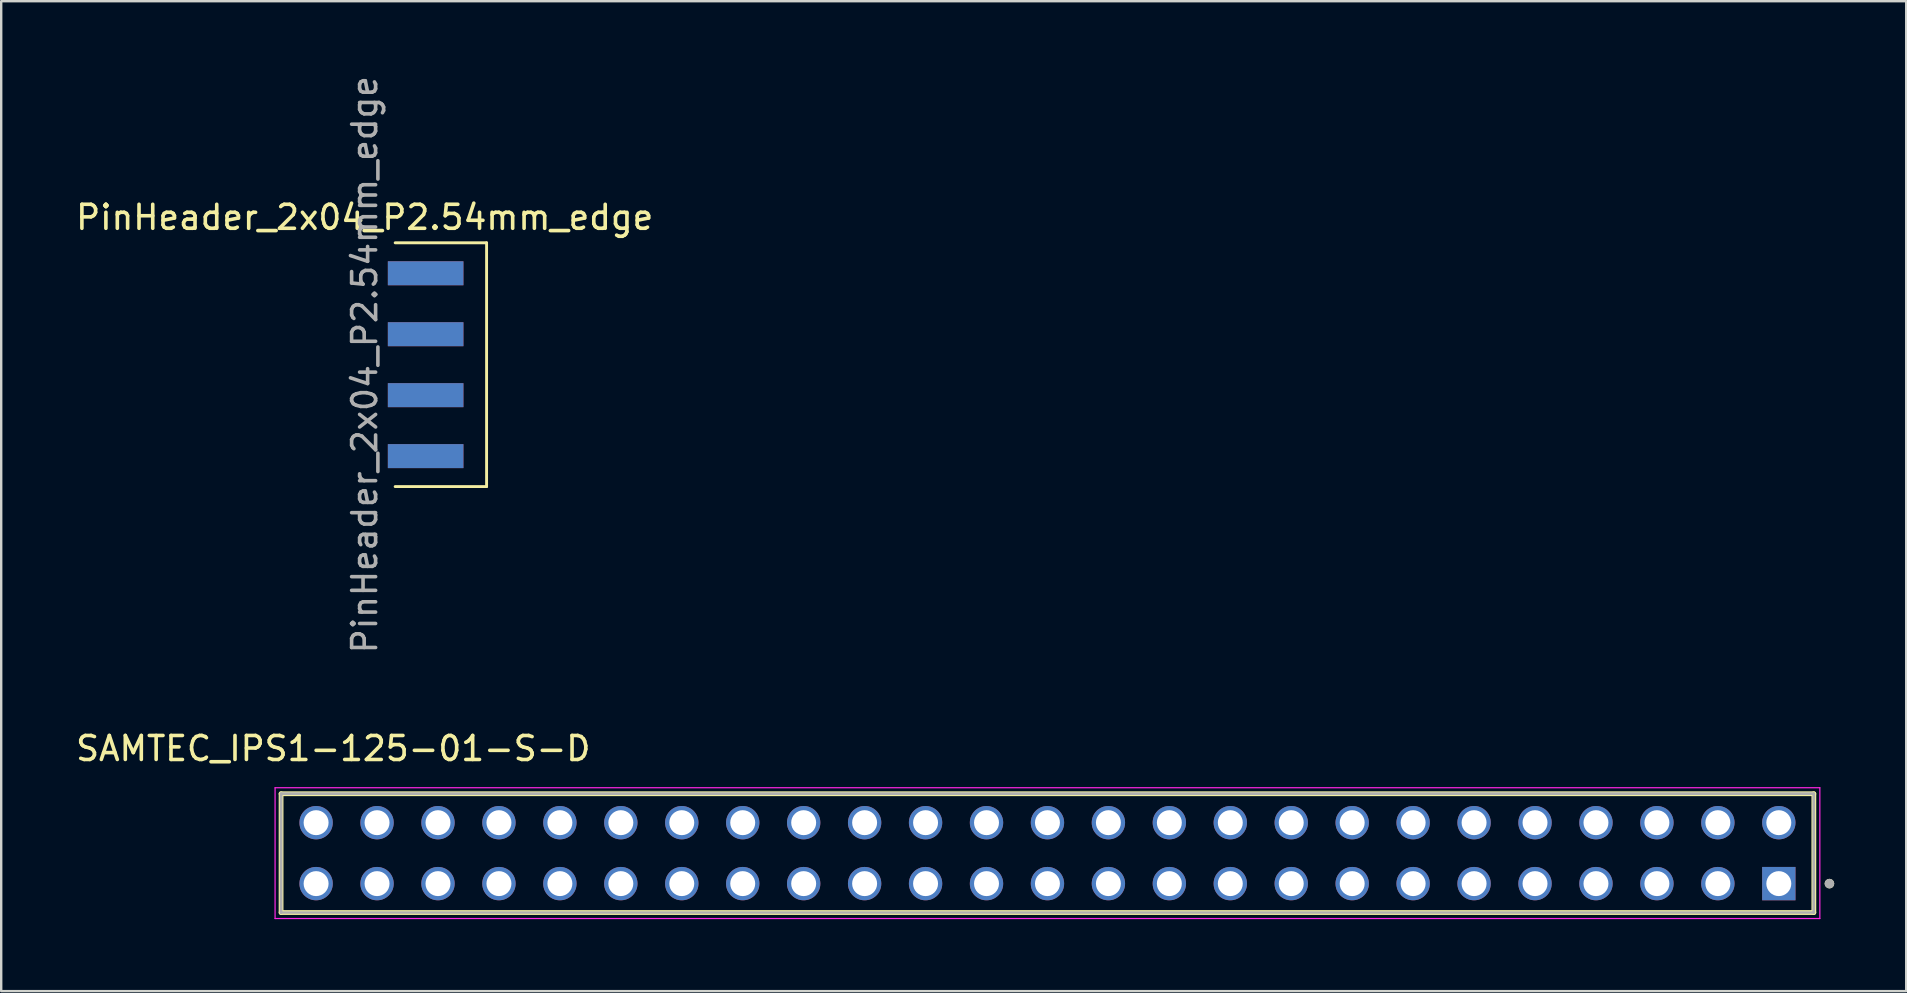
<source format=kicad_pcb>
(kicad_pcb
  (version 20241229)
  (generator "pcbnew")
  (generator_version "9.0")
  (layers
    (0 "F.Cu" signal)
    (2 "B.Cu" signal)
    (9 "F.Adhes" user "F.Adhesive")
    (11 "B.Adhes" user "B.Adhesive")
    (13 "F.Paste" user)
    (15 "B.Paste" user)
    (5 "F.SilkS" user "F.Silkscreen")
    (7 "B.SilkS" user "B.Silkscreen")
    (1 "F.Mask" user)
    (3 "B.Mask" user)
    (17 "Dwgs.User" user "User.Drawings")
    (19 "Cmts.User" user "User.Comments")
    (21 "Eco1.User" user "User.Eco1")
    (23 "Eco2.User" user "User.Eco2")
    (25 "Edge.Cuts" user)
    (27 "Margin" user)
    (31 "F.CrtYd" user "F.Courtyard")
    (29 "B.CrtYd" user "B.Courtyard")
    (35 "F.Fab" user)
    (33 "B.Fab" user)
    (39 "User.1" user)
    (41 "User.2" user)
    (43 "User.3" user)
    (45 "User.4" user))
  (footprint "SAMTEC_IPS1-125-01-S-D"
    (layer "F.Cu")
    (at 40.604 32.506)
    (property "Reference" "SAMTEC_IPS1-125-01-S-D" (at -29.765 -4.36 0) (layer "F.SilkS") (effects (font (size 1 1) (thickness 0.15))))
    (attr through_hole)
    (fp_line (start -31.94 2.475) (end -31.94 -2.475) (stroke (width 0.2) (type solid)) (layer "F.SilkS"))
    (fp_line (start 31.94 -2.475) (end -31.94 -2.475) (stroke (width 0.2) (type solid)) (layer "F.SilkS"))
    (fp_line (start 31.94 -2.475) (end 31.94 2.475) (stroke (width 0.2) (type solid)) (layer "F.SilkS"))
    (fp_line (start 31.94 2.475) (end -31.94 2.475) (stroke (width 0.2) (type solid)) (layer "F.SilkS"))
    (fp_circle (center 32.59 1.27) (end 32.69 1.27) (stroke (width 0.2) (type solid)) (fill no) (layer "F.SilkS"))
    (fp_line (start -32.19 -2.725) (end 32.19 -2.725) (stroke (width 0.05) (type solid)) (layer "F.CrtYd"))
    (fp_line (start -32.19 2.725) (end -32.19 -2.725) (stroke (width 0.05) (type solid)) (layer "F.CrtYd"))
    (fp_line (start 32.19 -2.725) (end 32.19 2.725) (stroke (width 0.05) (type solid)) (layer "F.CrtYd"))
    (fp_line (start 32.19 2.725) (end -32.19 2.725) (stroke (width 0.05) (type solid)) (layer "F.CrtYd"))
    (fp_line (start -31.94 -2.475) (end 31.94 -2.475) (stroke (width 0.1) (type solid)) (layer "F.Fab"))
    (fp_line (start -31.94 -2.475) (end 31.94 -2.475) (stroke (width 0.1) (type solid)) (layer "F.Fab"))
    (fp_line (start -31.94 2.475) (end -31.94 -2.475) (stroke (width 0.1) (type solid)) (layer "F.Fab"))
    (fp_line (start -31.94 2.475) (end -31.94 -2.475) (stroke (width 0.1) (type solid)) (layer "F.Fab"))
    (fp_line (start 31.94 -2.475) (end 31.94 2.475) (stroke (width 0.1) (type solid)) (layer "F.Fab"))
    (fp_line (start 31.94 -2.475) (end 31.94 2.475) (stroke (width 0.1) (type solid)) (layer "F.Fab"))
    (fp_line (start 31.94 2.475) (end -31.94 2.475) (stroke (width 0.1) (type solid)) (layer "F.Fab"))
    (fp_circle (center 32.59 1.27) (end 32.69 1.27) (stroke (width 0.2) (type solid)) (fill no) (layer "F.Fab"))
    (pad "01" thru_hole rect (at 30.48 1.27) (size 1.39 1.39) (drill 1.04) (layers "*.Cu" "*.Mask"))
    (pad "02" thru_hole circle (at 30.48 -1.27) (size 1.39 1.39) (drill 1.04) (layers "*.Cu" "*.Mask"))
    (pad "03" thru_hole circle (at 27.94 1.27) (size 1.39 1.39) (drill 1.04) (layers "*.Cu" "*.Mask"))
    (pad "04" thru_hole circle (at 27.94 -1.27) (size 1.39 1.39) (drill 1.04) (layers "*.Cu" "*.Mask"))
    (pad "05" thru_hole circle (at 25.4 1.27) (size 1.39 1.39) (drill 1.04) (layers "*.Cu" "*.Mask"))
    (pad "06" thru_hole circle (at 25.4 -1.27) (size 1.39 1.39) (drill 1.04) (layers "*.Cu" "*.Mask"))
    (pad "07" thru_hole circle (at 22.86 1.27) (size 1.39 1.39) (drill 1.04) (layers "*.Cu" "*.Mask"))
    (pad "08" thru_hole circle (at 22.86 -1.27) (size 1.39 1.39) (drill 1.04) (layers "*.Cu" "*.Mask"))
    (pad "09" thru_hole circle (at 20.32 1.27) (size 1.39 1.39) (drill 1.04) (layers "*.Cu" "*.Mask"))
    (pad "10" thru_hole circle (at 20.32 -1.27) (size 1.39 1.39) (drill 1.04) (layers "*.Cu" "*.Mask"))
    (pad "11" thru_hole circle (at 17.78 1.27) (size 1.39 1.39) (drill 1.04) (layers "*.Cu" "*.Mask"))
    (pad "12" thru_hole circle (at 17.78 -1.27) (size 1.39 1.39) (drill 1.04) (layers "*.Cu" "*.Mask"))
    (pad "13" thru_hole circle (at 15.24 1.27) (size 1.39 1.39) (drill 1.04) (layers "*.Cu" "*.Mask"))
    (pad "14" thru_hole circle (at 15.24 -1.27) (size 1.39 1.39) (drill 1.04) (layers "*.Cu" "*.Mask"))
    (pad "15" thru_hole circle (at 12.7 1.27) (size 1.39 1.39) (drill 1.04) (layers "*.Cu" "*.Mask"))
    (pad "16" thru_hole circle (at 12.7 -1.27) (size 1.39 1.39) (drill 1.04) (layers "*.Cu" "*.Mask"))
    (pad "17" thru_hole circle (at 10.16 1.27) (size 1.39 1.39) (drill 1.04) (layers "*.Cu" "*.Mask"))
    (pad "18" thru_hole circle (at 10.16 -1.27) (size 1.39 1.39) (drill 1.04) (layers "*.Cu" "*.Mask"))
    (pad "19" thru_hole circle (at 7.62 1.27) (size 1.39 1.39) (drill 1.04) (layers "*.Cu" "*.Mask"))
    (pad "20" thru_hole circle (at 7.62 -1.27) (size 1.39 1.39) (drill 1.04) (layers "*.Cu" "*.Mask"))
    (pad "21" thru_hole circle (at 5.08 1.27) (size 1.39 1.39) (drill 1.04) (layers "*.Cu" "*.Mask"))
    (pad "22" thru_hole circle (at 5.08 -1.27) (size 1.39 1.39) (drill 1.04) (layers "*.Cu" "*.Mask"))
    (pad "23" thru_hole circle (at 2.54 1.27) (size 1.39 1.39) (drill 1.04) (layers "*.Cu" "*.Mask"))
    (pad "24" thru_hole circle (at 2.54 -1.27) (size 1.39 1.39) (drill 1.04) (layers "*.Cu" "*.Mask"))
    (pad "25" thru_hole circle (at 0 1.27) (size 1.39 1.39) (drill 1.04) (layers "*.Cu" "*.Mask"))
    (pad "26" thru_hole circle (at 0 -1.27) (size 1.39 1.39) (drill 1.04) (layers "*.Cu" "*.Mask"))
    (pad "27" thru_hole circle (at -2.54 1.27) (size 1.39 1.39) (drill 1.04) (layers "*.Cu" "*.Mask"))
    (pad "28" thru_hole circle (at -2.54 -1.27) (size 1.39 1.39) (drill 1.04) (layers "*.Cu" "*.Mask"))
    (pad "29" thru_hole circle (at -5.08 1.27) (size 1.39 1.39) (drill 1.04) (layers "*.Cu" "*.Mask"))
    (pad "30" thru_hole circle (at -5.08 -1.27) (size 1.39 1.39) (drill 1.04) (layers "*.Cu" "*.Mask"))
    (pad "31" thru_hole circle (at -7.62 1.27) (size 1.39 1.39) (drill 1.04) (layers "*.Cu" "*.Mask"))
    (pad "32" thru_hole circle (at -7.62 -1.27) (size 1.39 1.39) (drill 1.04) (layers "*.Cu" "*.Mask"))
    (pad "33" thru_hole circle (at -10.16 1.27) (size 1.39 1.39) (drill 1.04) (layers "*.Cu" "*.Mask"))
    (pad "34" thru_hole circle (at -10.16 -1.27) (size 1.39 1.39) (drill 1.04) (layers "*.Cu" "*.Mask"))
    (pad "35" thru_hole circle (at -12.7 1.27) (size 1.39 1.39) (drill 1.04) (layers "*.Cu" "*.Mask"))
    (pad "36" thru_hole circle (at -12.7 -1.27) (size 1.39 1.39) (drill 1.04) (layers "*.Cu" "*.Mask"))
    (pad "37" thru_hole circle (at -15.24 1.27) (size 1.39 1.39) (drill 1.04) (layers "*.Cu" "*.Mask"))
    (pad "38" thru_hole circle (at -15.24 -1.27) (size 1.39 1.39) (drill 1.04) (layers "*.Cu" "*.Mask"))
    (pad "39" thru_hole circle (at -17.78 1.27) (size 1.39 1.39) (drill 1.04) (layers "*.Cu" "*.Mask"))
    (pad "40" thru_hole circle (at -17.78 -1.27) (size 1.39 1.39) (drill 1.04) (layers "*.Cu" "*.Mask"))
    (pad "41" thru_hole circle (at -20.32 1.27) (size 1.39 1.39) (drill 1.04) (layers "*.Cu" "*.Mask"))
    (pad "42" thru_hole circle (at -20.32 -1.27) (size 1.39 1.39) (drill 1.04) (layers "*.Cu" "*.Mask"))
    (pad "43" thru_hole circle (at -22.86 1.27) (size 1.39 1.39) (drill 1.04) (layers "*.Cu" "*.Mask"))
    (pad "44" thru_hole circle (at -22.86 -1.27) (size 1.39 1.39) (drill 1.04) (layers "*.Cu" "*.Mask"))
    (pad "45" thru_hole circle (at -25.4 1.27) (size 1.39 1.39) (drill 1.04) (layers "*.Cu" "*.Mask"))
    (pad "46" thru_hole circle (at -25.4 -1.27) (size 1.39 1.39) (drill 1.04) (layers "*.Cu" "*.Mask"))
    (pad "47" thru_hole circle (at -27.94 1.27) (size 1.39 1.39) (drill 1.04) (layers "*.Cu" "*.Mask"))
    (pad "48" thru_hole circle (at -27.94 -1.27) (size 1.39 1.39) (drill 1.04) (layers "*.Cu" "*.Mask"))
    (pad "49" thru_hole circle (at -30.48 1.27) (size 1.39 1.39) (drill 1.04) (layers "*.Cu" "*.Mask"))
    (pad "50" thru_hole circle (at -30.48 -1.27) (size 1.39 1.39) (drill 1.04) (layers "*.Cu" "*.Mask")))
  (footprint "PinHeader_2x04_P2.54mm_edge"
    (layer "F.Cu")
    (at 12.149 12.149)
    (property "Reference" "PinHeader_2x04_P2.54mm_edge" (at 0 -6.14 0) (layer "F.SilkS") (effects (font (size 1 1) (thickness 0.15))))
    (attr smd)
    (fp_line (start 1.27 -5.08) (end 5.08 -5.08) (stroke (width 0.12) (type solid)) (layer "F.SilkS"))
    (fp_line (start 5.08 -5.08) (end 5.08 5.08) (stroke (width 0.12) (type solid)) (layer "F.SilkS"))
    (fp_line (start 5.08 5.08) (end 1.27 5.08) (stroke (width 0.12) (type solid)) (layer "F.SilkS"))
    (fp_text user "${REFERENCE}" (at 0 0 90) (layer "F.Fab") (effects (font (size 1 1) (thickness 0.15))))
    (pad "1" smd rect (at 2.54 -3.81) (size 3.15 1) (layers "F.Cu" "F.Mask" "F.Paste"))
    (pad "2" smd rect (at 2.54 -1.27) (size 3.15 1) (layers "F.Cu" "F.Mask" "F.Paste"))
    (pad "3" smd rect (at 2.54 1.27) (size 3.15 1) (layers "F.Cu" "F.Mask" "F.Paste"))
    (pad "4" smd rect (at 2.54 3.81) (size 3.15 1) (layers "F.Cu" "F.Mask" "F.Paste"))
    (pad "5" smd rect (at 2.54 -3.81) (size 3.15 1) (layers "B.Cu" "B.Mask" "B.Paste"))
    (pad "6" smd rect (at 2.54 -1.27) (size 3.15 1) (layers "B.Cu" "B.Mask" "B.Paste"))
    (pad "7" smd rect (at 2.54 1.27) (size 3.15 1) (layers "B.Cu" "B.Mask" "B.Paste"))
    (pad "8" smd rect (at 2.54 3.81) (size 3.15 1) (layers "B.Cu" "B.Mask" "B.Paste")))
  (gr_rect
    (start -3 -3)
    (end 76.394 38.256)
    (stroke (width 0.1) (type default))
    (fill no)
    (layer "Edge.Cuts")))
</source>
